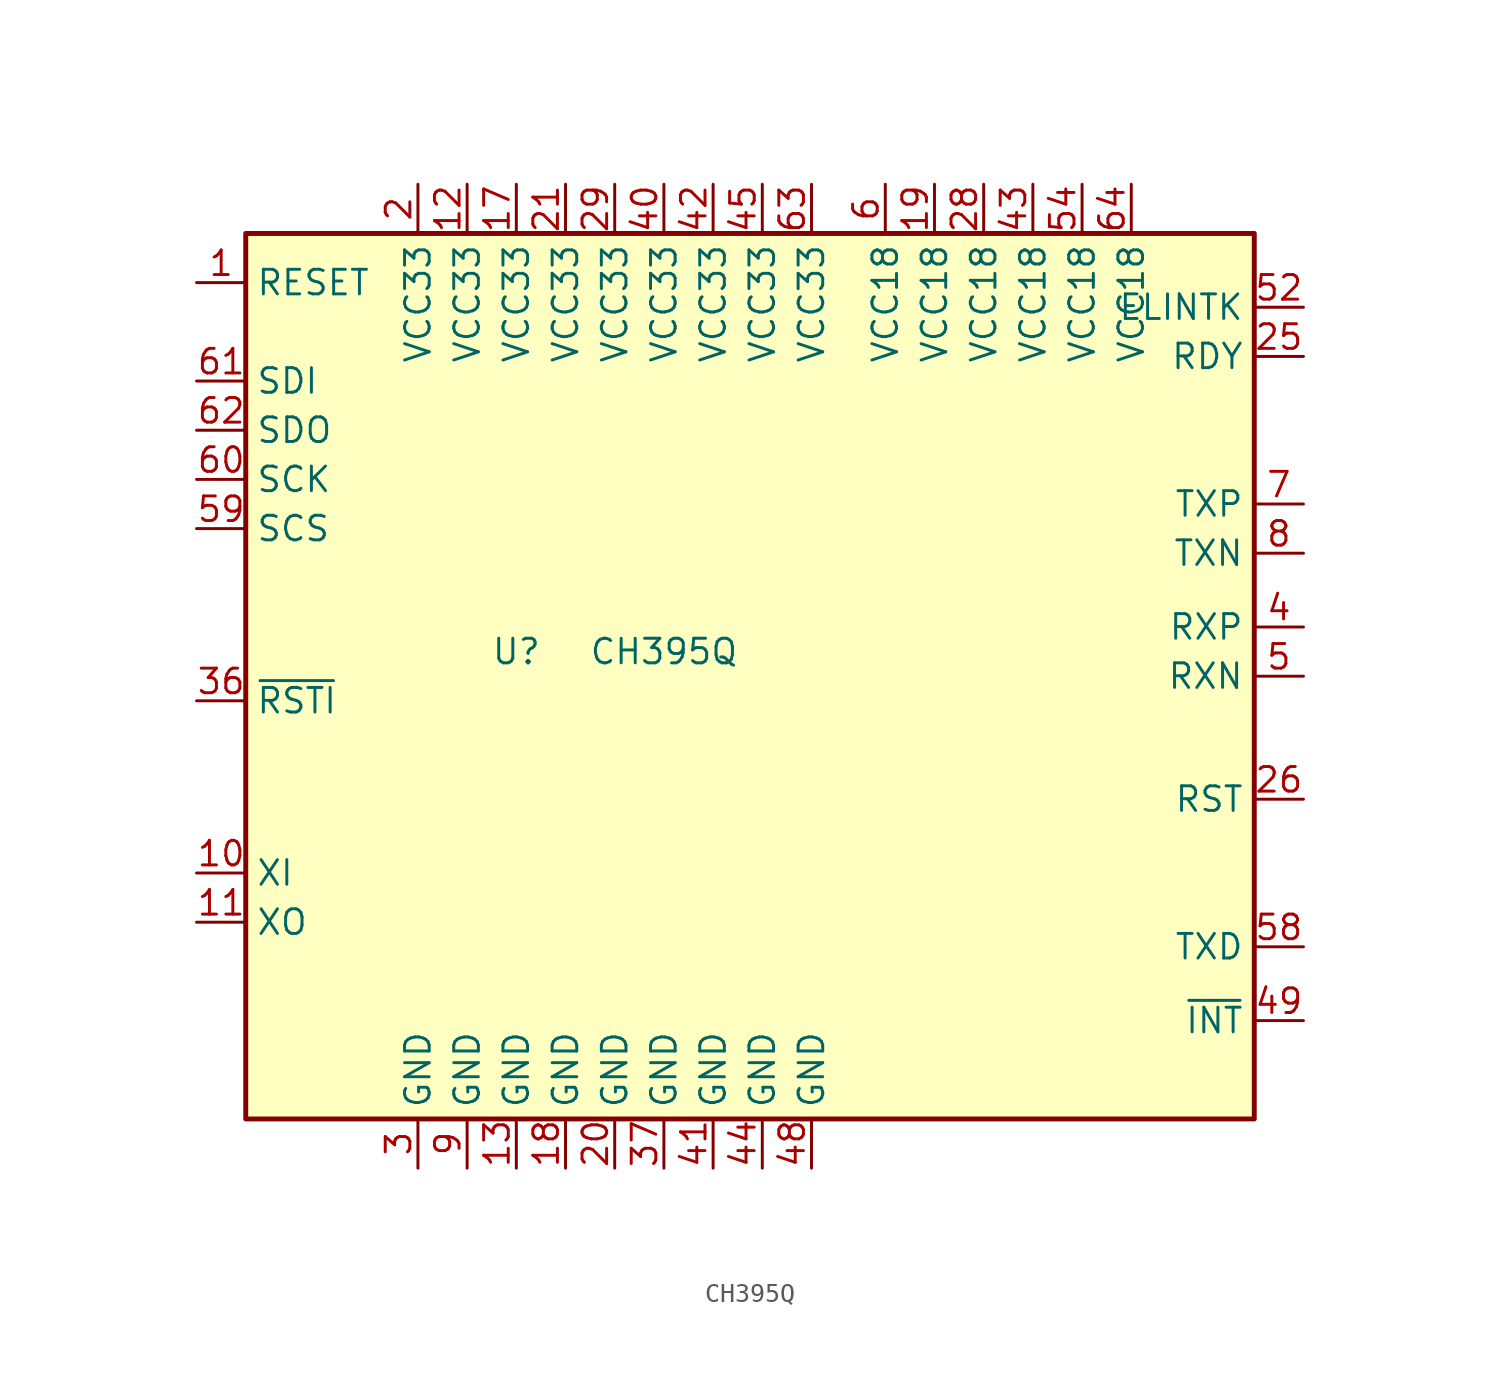
<source format=kicad_sym>
(kicad_symbol_lib
  (version 20220914)
  (generator kicad_symbol_editor)
  (symbol "CH395Q"
    (property "Reference" "U"
      (at 0 0 0)
      (effects (font (size 1.27 1.27))))
    (property "Value" "CH395Q"
      (at 7.62 0 0)
      (effects (font (size 1.27 1.27))))
    (symbol "CH395Q_0_1"
      (rectangle (start -13.97 21.59) (end 38.1 -24.13) (stroke (width 0.254) (type default) (color 0 0 0 0)) (fill (type background))))
    (symbol "CH395Q_1_1"
      (pin input line (at -16.51 19.05 0) (length 2.54) (name "RESET" (effects (font (size 1.27 1.27)))) (number "1" (effects (font (size 1.27 1.27)))))
      (pin input line (at -16.51 -11.43 0) (length 2.54) (name "XI" (effects (font (size 1.27 1.27)))) (number "10" (effects (font (size 1.27 1.27)))))
      (pin input line (at -16.51 -13.97 0) (length 2.54) (name "XO" (effects (font (size 1.27 1.27)))) (number "11" (effects (font (size 1.27 1.27)))))
      (pin power_in line (at -2.54 24.13 270) (length 2.54) (name "VCC33" (effects (font (size 1.27 1.27)))) (number "12" (effects (font (size 1.27 1.27)))))
      (pin power_in line (at 0 -26.67 90) (length 2.54) (name "GND" (effects (font (size 1.27 1.27)))) (number "13" (effects (font (size 1.27 1.27)))))
      (pin power_in line (at 0 24.13 270) (length 2.54) (name "VCC33" (effects (font (size 1.27 1.27)))) (number "17" (effects (font (size 1.27 1.27)))))
      (pin power_in line (at 2.54 -26.67 90) (length 2.54) (name "GND" (effects (font (size 1.27 1.27)))) (number "18" (effects (font (size 1.27 1.27)))))
      (pin power_in line (at 21.59 24.13 270) (length 2.54) (name "VCC18" (effects (font (size 1.27 1.27)))) (number "19" (effects (font (size 1.27 1.27)))))
      (pin power_in line (at -5.08 24.13 270) (length 2.54) (name "VCC33" (effects (font (size 1.27 1.27)))) (number "2" (effects (font (size 1.27 1.27)))))
      (pin power_in line (at 5.08 -26.67 90) (length 2.54) (name "GND" (effects (font (size 1.27 1.27)))) (number "20" (effects (font (size 1.27 1.27)))))
      (pin power_in line (at 2.54 24.13 270) (length 2.54) (name "VCC33" (effects (font (size 1.27 1.27)))) (number "21" (effects (font (size 1.27 1.27)))))
      (pin output line (at 40.64 15.24 180) (length 2.54) (name "RDY" (effects (font (size 1.27 1.27)))) (number "25" (effects (font (size 1.27 1.27)))))
      (pin output line (at 40.64 -7.62 180) (length 2.54) (name "RST" (effects (font (size 1.27 1.27)))) (number "26" (effects (font (size 1.27 1.27)))))
      (pin power_in line (at 24.13 24.13 270) (length 2.54) (name "VCC18" (effects (font (size 1.27 1.27)))) (number "28" (effects (font (size 1.27 1.27)))))
      (pin power_in line (at 5.08 24.13 270) (length 2.54) (name "VCC33" (effects (font (size 1.27 1.27)))) (number "29" (effects (font (size 1.27 1.27)))))
      (pin power_in line (at -5.08 -26.67 90) (length 2.54) (name "GND" (effects (font (size 1.27 1.27)))) (number "3" (effects (font (size 1.27 1.27)))))
      (pin output line (at -16.51 -2.54 0) (length 2.54) (name "~{RSTI}" (effects (font (size 1.27 1.27)))) (number "36" (effects (font (size 1.27 1.27)))))
      (pin power_in line (at 7.62 -26.67 90) (length 2.54) (name "GND" (effects (font (size 1.27 1.27)))) (number "37" (effects (font (size 1.27 1.27)))))
      (pin output line (at 40.64 1.27 180) (length 2.54) (name "RXP" (effects (font (size 1.27 1.27)))) (number "4" (effects (font (size 1.27 1.27)))))
      (pin power_in line (at 7.62 24.13 270) (length 2.54) (name "VCC33" (effects (font (size 1.27 1.27)))) (number "40" (effects (font (size 1.27 1.27)))))
      (pin power_in line (at 10.16 -26.67 90) (length 2.54) (name "GND" (effects (font (size 1.27 1.27)))) (number "41" (effects (font (size 1.27 1.27)))))
      (pin power_in line (at 10.16 24.13 270) (length 2.54) (name "VCC33" (effects (font (size 1.27 1.27)))) (number "42" (effects (font (size 1.27 1.27)))))
      (pin power_in line (at 26.67 24.13 270) (length 2.54) (name "VCC18" (effects (font (size 1.27 1.27)))) (number "43" (effects (font (size 1.27 1.27)))))
      (pin power_in line (at 12.7 -26.67 90) (length 2.54) (name "GND" (effects (font (size 1.27 1.27)))) (number "44" (effects (font (size 1.27 1.27)))))
      (pin power_in line (at 12.7 24.13 270) (length 2.54) (name "VCC33" (effects (font (size 1.27 1.27)))) (number "45" (effects (font (size 1.27 1.27)))))
      (pin power_in line (at 15.24 -26.67 90) (length 2.54) (name "GND" (effects (font (size 1.27 1.27)))) (number "48" (effects (font (size 1.27 1.27)))))
      (pin output line (at 40.64 -19.05 180) (length 2.54) (name "~{INT}" (effects (font (size 1.27 1.27)))) (number "49" (effects (font (size 1.27 1.27)))))
      (pin output line (at 40.64 -1.27 180) (length 2.54) (name "RXN" (effects (font (size 1.27 1.27)))) (number "5" (effects (font (size 1.27 1.27)))))
      (pin output line (at 40.64 17.78 180) (length 2.54) (name "ELINTK" (effects (font (size 1.27 1.27)))) (number "52" (effects (font (size 1.27 1.27)))))
      (pin power_in line (at 29.21 24.13 270) (length 2.54) (name "VCC18" (effects (font (size 1.27 1.27)))) (number "54" (effects (font (size 1.27 1.27)))))
      (pin output line (at 40.64 -15.24 180) (length 2.54) (name "TXD" (effects (font (size 1.27 1.27)))) (number "58" (effects (font (size 1.27 1.27)))))
      (pin input line (at -16.51 6.35 0) (length 2.54) (name "SCS" (effects (font (size 1.27 1.27)))) (number "59" (effects (font (size 1.27 1.27)))))
      (pin power_in line (at 19.05 24.13 270) (length 2.54) (name "VCC18" (effects (font (size 1.27 1.27)))) (number "6" (effects (font (size 1.27 1.27)))))
      (pin input line (at -16.51 8.89 0) (length 2.54) (name "SCK" (effects (font (size 1.27 1.27)))) (number "60" (effects (font (size 1.27 1.27)))))
      (pin input line (at -16.51 13.97 0) (length 2.54) (name "SDI" (effects (font (size 1.27 1.27)))) (number "61" (effects (font (size 1.27 1.27)))))
      (pin output line (at -16.51 11.43 0) (length 2.54) (name "SDO" (effects (font (size 1.27 1.27)))) (number "62" (effects (font (size 1.27 1.27)))))
      (pin power_in line (at 15.24 24.13 270) (length 2.54) (name "VCC33" (effects (font (size 1.27 1.27)))) (number "63" (effects (font (size 1.27 1.27)))))
      (pin power_in line (at 31.75 24.13 270) (length 2.54) (name "VCC18" (effects (font (size 1.27 1.27)))) (number "64" (effects (font (size 1.27 1.27)))))
      (pin input line (at 40.64 7.62 180) (length 2.54) (name "TXP" (effects (font (size 1.27 1.27)))) (number "7" (effects (font (size 1.27 1.27)))))
      (pin input line (at 40.64 5.08 180) (length 2.54) (name "TXN" (effects (font (size 1.27 1.27)))) (number "8" (effects (font (size 1.27 1.27)))))
      (pin power_in line (at -2.54 -26.67 90) (length 2.54) (name "GND" (effects (font (size 1.27 1.27)))) (number "9" (effects (font (size 1.27 1.27))))))))
</source>
